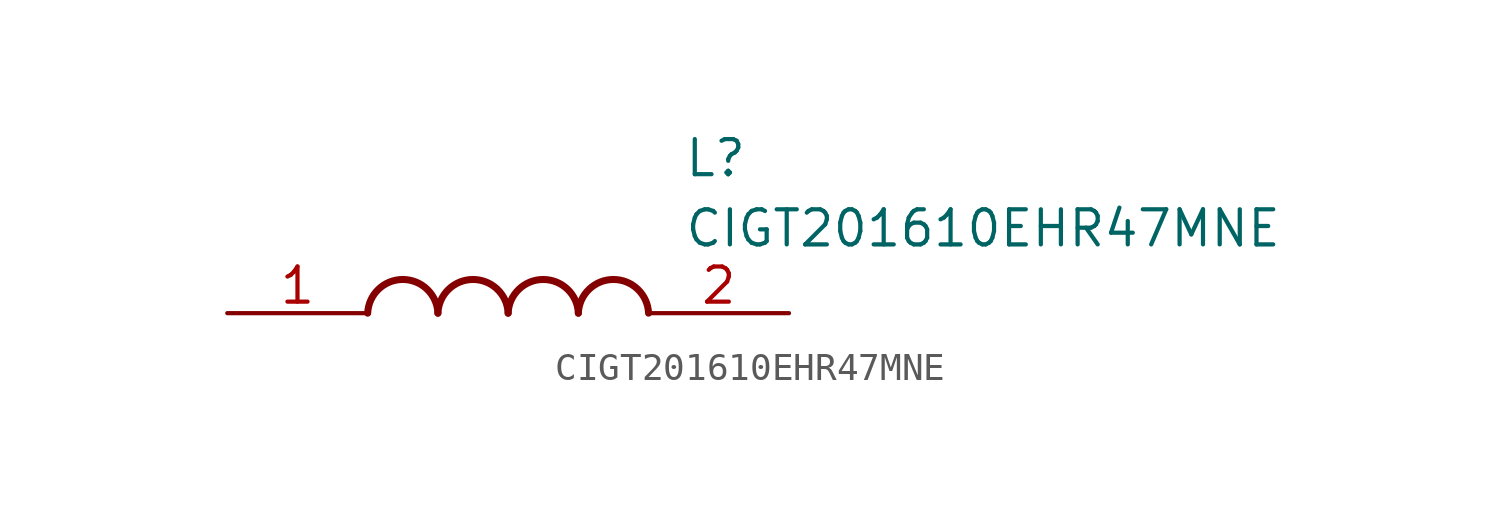
<source format=kicad_sym>
(kicad_symbol_lib
  (version 20211014)
  (generator SamacSys_ECAD_Model)
  (symbol "CIGT201610EHR47MNE"
    (pin_names hide)
    (property "Reference" "L"
      (at 16.51 6.35 0)
      (effects (font (size 1.27 1.27)) (justify left top)))
    (property "Value" "CIGT201610EHR47MNE"
      (at 16.51 3.81 0)
      (effects (font (size 1.27 1.27)) (justify left top)))
    (arc
      (start 7.62 0)
      (mid 6.35 1.219)
      (end 5.08 0)
      (stroke (width 0.254) (type default))
      (fill (type none)))
    (arc
      (start 10.16 0)
      (mid 8.89 1.219)
      (end 7.62 0)
      (stroke (width 0.254) (type default))
      (fill (type none)))
    (arc
      (start 12.7 0)
      (mid 11.43 1.219)
      (end 10.16 0)
      (stroke (width 0.254) (type default))
      (fill (type none)))
    (arc
      (start 15.24 0)
      (mid 13.97 1.219)
      (end 12.7 0)
      (stroke (width 0.254) (type default))
      (fill (type none)))
    (pin passive line
      (at 0 0 0)
      (length 5.08)
      (name "1" (effects (font (size 1.27 1.27))))
      (number "1" (effects (font (size 1.27 1.27)))))
    (pin passive line
      (at 20.32 0 180)
      (length 5.08)
      (name "2" (effects (font (size 1.27 1.27))))
      (number "2" (effects (font (size 1.27 1.27)))))))
</source>
